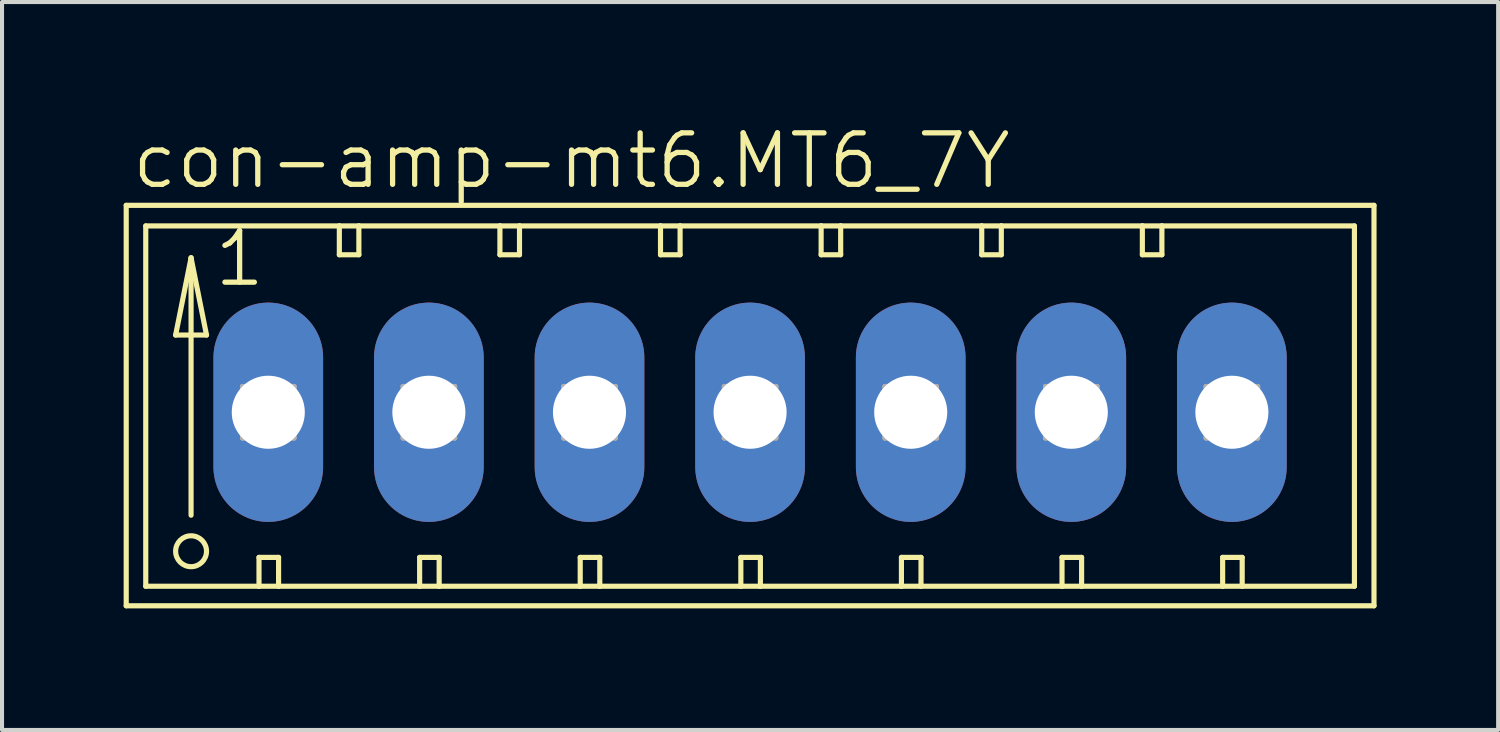
<source format=kicad_pcb>
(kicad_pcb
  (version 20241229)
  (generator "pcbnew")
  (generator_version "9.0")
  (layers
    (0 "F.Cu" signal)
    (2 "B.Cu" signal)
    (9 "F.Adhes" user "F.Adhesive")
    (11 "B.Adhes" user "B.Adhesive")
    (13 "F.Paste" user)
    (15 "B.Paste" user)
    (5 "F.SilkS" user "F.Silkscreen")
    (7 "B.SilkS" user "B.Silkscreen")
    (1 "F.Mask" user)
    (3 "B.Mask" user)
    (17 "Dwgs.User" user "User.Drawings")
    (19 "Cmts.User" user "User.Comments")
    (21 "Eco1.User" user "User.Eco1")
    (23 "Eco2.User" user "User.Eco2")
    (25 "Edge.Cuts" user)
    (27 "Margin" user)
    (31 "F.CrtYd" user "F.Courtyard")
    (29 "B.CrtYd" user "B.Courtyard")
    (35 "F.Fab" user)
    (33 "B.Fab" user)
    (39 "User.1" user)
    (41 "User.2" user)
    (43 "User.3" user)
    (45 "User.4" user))
  (footprint "con-amp-mt6.MT6_7Y"
    (layer "F.Cu")
    (at 1.029 7.121)
    (property "Reference" "con-amp-mt6.MT6_7Y" (at -0.889 -5.461 0) (layer "F.SilkS") (effects (font (size 1.27 1.27) (thickness 0.13)) (justify left bottom)))
    (attr through_hole)
    (fp_line (start -0.965 -5.105) (end -0.965 4.775) (stroke (width 0.127) (type default)) (layer "F.SilkS"))
    (fp_line (start -0.965 4.775) (end 29.82 4.775) (stroke (width 0.127) (type default)) (layer "F.SilkS"))
    (fp_line (start -0.483 -4.597) (end -0.483 4.293) (stroke (width 0.127) (type default)) (layer "F.SilkS"))
    (fp_line (start -0.483 4.293) (end 2.311 4.293) (stroke (width 0.127) (type default)) (layer "F.SilkS"))
    (fp_line (start 0.254 -1.905) (end 1.016 -1.905) (stroke (width 0.127) (type default)) (layer "F.SilkS"))
    (fp_line (start 0.635 -3.81) (end 0.254 -1.905) (stroke (width 0.127) (type default)) (layer "F.SilkS"))
    (fp_line (start 0.635 -3.81) (end 1.016 -1.905) (stroke (width 0.127) (type default)) (layer "F.SilkS"))
    (fp_line (start 0.635 2.54) (end 0.635 -3.81) (stroke (width 0.127) (type default)) (layer "F.SilkS"))
    (fp_line (start 2.311 3.581) (end 2.311 4.293) (stroke (width 0.127) (type default)) (layer "F.SilkS"))
    (fp_line (start 2.311 3.581) (end 2.794 3.581) (stroke (width 0.127) (type default)) (layer "F.SilkS"))
    (fp_line (start 2.311 4.293) (end 2.794 4.293) (stroke (width 0.127) (type default)) (layer "F.SilkS"))
    (fp_line (start 2.794 3.581) (end 2.794 4.293) (stroke (width 0.127) (type default)) (layer "F.SilkS"))
    (fp_line (start 2.794 4.293) (end 6.274 4.293) (stroke (width 0.127) (type default)) (layer "F.SilkS"))
    (fp_line (start 4.293 -4.597) (end -0.483 -4.597) (stroke (width 0.127) (type default)) (layer "F.SilkS"))
    (fp_line (start 4.293 -4.597) (end 4.293 -3.886) (stroke (width 0.127) (type default)) (layer "F.SilkS"))
    (fp_line (start 4.293 -3.886) (end 4.775 -3.886) (stroke (width 0.127) (type default)) (layer "F.SilkS"))
    (fp_line (start 4.775 -4.597) (end 4.293 -4.597) (stroke (width 0.127) (type default)) (layer "F.SilkS"))
    (fp_line (start 4.775 -3.886) (end 4.775 -4.597) (stroke (width 0.127) (type default)) (layer "F.SilkS"))
    (fp_line (start 6.274 3.581) (end 6.274 4.293) (stroke (width 0.127) (type default)) (layer "F.SilkS"))
    (fp_line (start 6.274 3.581) (end 6.756 3.581) (stroke (width 0.127) (type default)) (layer "F.SilkS"))
    (fp_line (start 6.274 4.293) (end 6.756 4.293) (stroke (width 0.127) (type default)) (layer "F.SilkS"))
    (fp_line (start 6.756 3.581) (end 6.756 4.293) (stroke (width 0.127) (type default)) (layer "F.SilkS"))
    (fp_line (start 6.756 4.293) (end 10.236 4.293) (stroke (width 0.127) (type default)) (layer "F.SilkS"))
    (fp_line (start 8.255 -4.597) (end 4.775 -4.597) (stroke (width 0.127) (type default)) (layer "F.SilkS"))
    (fp_line (start 8.255 -3.886) (end 8.255 -4.597) (stroke (width 0.127) (type default)) (layer "F.SilkS"))
    (fp_line (start 8.255 -3.886) (end 8.738 -3.886) (stroke (width 0.127) (type default)) (layer "F.SilkS"))
    (fp_line (start 8.738 -4.597) (end 8.255 -4.597) (stroke (width 0.127) (type default)) (layer "F.SilkS"))
    (fp_line (start 8.738 -3.886) (end 8.738 -4.597) (stroke (width 0.127) (type default)) (layer "F.SilkS"))
    (fp_line (start 10.236 3.581) (end 10.236 4.293) (stroke (width 0.127) (type default)) (layer "F.SilkS"))
    (fp_line (start 10.236 3.581) (end 10.719 3.581) (stroke (width 0.127) (type default)) (layer "F.SilkS"))
    (fp_line (start 10.236 4.293) (end 10.719 4.293) (stroke (width 0.127) (type default)) (layer "F.SilkS"))
    (fp_line (start 10.719 3.581) (end 10.719 4.293) (stroke (width 0.127) (type default)) (layer "F.SilkS"))
    (fp_line (start 10.719 4.293) (end 14.199 4.293) (stroke (width 0.127) (type default)) (layer "F.SilkS"))
    (fp_line (start 12.217 -4.597) (end 8.738 -4.597) (stroke (width 0.127) (type default)) (layer "F.SilkS"))
    (fp_line (start 12.217 -3.886) (end 12.217 -4.597) (stroke (width 0.127) (type default)) (layer "F.SilkS"))
    (fp_line (start 12.217 -3.886) (end 12.7 -3.886) (stroke (width 0.127) (type default)) (layer "F.SilkS"))
    (fp_line (start 12.7 -4.597) (end 12.217 -4.597) (stroke (width 0.127) (type default)) (layer "F.SilkS"))
    (fp_line (start 12.7 -3.886) (end 12.7 -4.597) (stroke (width 0.127) (type default)) (layer "F.SilkS"))
    (fp_line (start 14.199 3.581) (end 14.199 4.293) (stroke (width 0.127) (type default)) (layer "F.SilkS"))
    (fp_line (start 14.199 3.581) (end 14.681 3.581) (stroke (width 0.127) (type default)) (layer "F.SilkS"))
    (fp_line (start 14.199 4.293) (end 14.681 4.293) (stroke (width 0.127) (type default)) (layer "F.SilkS"))
    (fp_line (start 14.681 3.581) (end 14.681 4.293) (stroke (width 0.127) (type default)) (layer "F.SilkS"))
    (fp_line (start 14.681 4.293) (end 18.161 4.293) (stroke (width 0.127) (type default)) (layer "F.SilkS"))
    (fp_line (start 16.18 -4.597) (end 12.7 -4.597) (stroke (width 0.127) (type default)) (layer "F.SilkS"))
    (fp_line (start 16.18 -3.886) (end 16.18 -4.597) (stroke (width 0.127) (type default)) (layer "F.SilkS"))
    (fp_line (start 16.18 -3.886) (end 16.662 -3.886) (stroke (width 0.127) (type default)) (layer "F.SilkS"))
    (fp_line (start 16.662 -4.597) (end 16.18 -4.597) (stroke (width 0.127) (type default)) (layer "F.SilkS"))
    (fp_line (start 16.662 -3.886) (end 16.662 -4.597) (stroke (width 0.127) (type default)) (layer "F.SilkS"))
    (fp_line (start 18.161 3.581) (end 18.161 4.293) (stroke (width 0.127) (type default)) (layer "F.SilkS"))
    (fp_line (start 18.161 3.581) (end 18.644 3.581) (stroke (width 0.127) (type default)) (layer "F.SilkS"))
    (fp_line (start 18.161 4.293) (end 18.644 4.293) (stroke (width 0.127) (type default)) (layer "F.SilkS"))
    (fp_line (start 18.644 3.581) (end 18.644 4.293) (stroke (width 0.127) (type default)) (layer "F.SilkS"))
    (fp_line (start 18.644 4.293) (end 22.123 4.293) (stroke (width 0.127) (type default)) (layer "F.SilkS"))
    (fp_line (start 20.142 -4.597) (end 16.662 -4.597) (stroke (width 0.127) (type default)) (layer "F.SilkS"))
    (fp_line (start 20.142 -3.886) (end 20.142 -4.597) (stroke (width 0.127) (type default)) (layer "F.SilkS"))
    (fp_line (start 20.142 -3.886) (end 20.625 -3.886) (stroke (width 0.127) (type default)) (layer "F.SilkS"))
    (fp_line (start 20.625 -4.597) (end 20.142 -4.597) (stroke (width 0.127) (type default)) (layer "F.SilkS"))
    (fp_line (start 20.625 -3.886) (end 20.625 -4.597) (stroke (width 0.127) (type default)) (layer "F.SilkS"))
    (fp_line (start 22.123 3.581) (end 22.123 4.293) (stroke (width 0.127) (type default)) (layer "F.SilkS"))
    (fp_line (start 22.123 3.581) (end 22.606 3.581) (stroke (width 0.127) (type default)) (layer "F.SilkS"))
    (fp_line (start 22.123 4.293) (end 22.606 4.293) (stroke (width 0.127) (type default)) (layer "F.SilkS"))
    (fp_line (start 22.606 3.581) (end 22.606 4.293) (stroke (width 0.127) (type default)) (layer "F.SilkS"))
    (fp_line (start 22.606 4.293) (end 26.086 4.293) (stroke (width 0.127) (type default)) (layer "F.SilkS"))
    (fp_line (start 24.105 -4.597) (end 20.625 -4.597) (stroke (width 0.127) (type default)) (layer "F.SilkS"))
    (fp_line (start 24.105 -3.886) (end 24.105 -4.597) (stroke (width 0.127) (type default)) (layer "F.SilkS"))
    (fp_line (start 24.105 -3.886) (end 24.587 -3.886) (stroke (width 0.127) (type default)) (layer "F.SilkS"))
    (fp_line (start 24.587 -4.597) (end 24.105 -4.597) (stroke (width 0.127) (type default)) (layer "F.SilkS"))
    (fp_line (start 24.587 -3.886) (end 24.587 -4.597) (stroke (width 0.127) (type default)) (layer "F.SilkS"))
    (fp_line (start 26.086 3.581) (end 26.086 4.293) (stroke (width 0.127) (type default)) (layer "F.SilkS"))
    (fp_line (start 26.086 3.581) (end 26.568 3.581) (stroke (width 0.127) (type default)) (layer "F.SilkS"))
    (fp_line (start 26.086 4.293) (end 26.568 4.293) (stroke (width 0.127) (type default)) (layer "F.SilkS"))
    (fp_line (start 26.568 3.581) (end 26.568 4.293) (stroke (width 0.127) (type default)) (layer "F.SilkS"))
    (fp_line (start 26.568 4.293) (end 29.337 4.293) (stroke (width 0.127) (type default)) (layer "F.SilkS"))
    (fp_line (start 29.337 -4.597) (end 24.587 -4.597) (stroke (width 0.127) (type default)) (layer "F.SilkS"))
    (fp_line (start 29.337 4.293) (end 29.337 -4.597) (stroke (width 0.127) (type default)) (layer "F.SilkS"))
    (fp_line (start 29.82 -5.105) (end -0.965 -5.105) (stroke (width 0.127) (type default)) (layer "F.SilkS"))
    (fp_line (start 29.82 4.775) (end 29.82 -5.105) (stroke (width 0.127) (type default)) (layer "F.SilkS"))
    (fp_circle (center 0.635 3.429) (end 1.016 3.429) (stroke (width 0.127) (type default)) (fill no) (layer "F.SilkS"))
    (fp_line (start 1.905 -0.635) (end 1.905 0.635) (stroke (width 0.127) (type default)) (layer "F.Fab"))
    (fp_line (start 1.905 -0.635) (end 3.175 0.635) (stroke (width 0.127) (type default)) (layer "F.Fab"))
    (fp_line (start 1.905 0.635) (end 3.175 0.635) (stroke (width 0.127) (type default)) (layer "F.Fab"))
    (fp_line (start 3.175 -0.635) (end 1.905 -0.635) (stroke (width 0.127) (type default)) (layer "F.Fab"))
    (fp_line (start 3.175 -0.635) (end 1.905 0.635) (stroke (width 0.127) (type default)) (layer "F.Fab"))
    (fp_line (start 3.175 0.635) (end 3.175 -0.635) (stroke (width 0.127) (type default)) (layer "F.Fab"))
    (fp_line (start 5.867 -0.635) (end 5.867 0.635) (stroke (width 0.127) (type default)) (layer "F.Fab"))
    (fp_line (start 5.867 -0.635) (end 7.137 0.635) (stroke (width 0.127) (type default)) (layer "F.Fab"))
    (fp_line (start 5.867 0.635) (end 7.137 0.635) (stroke (width 0.127) (type default)) (layer "F.Fab"))
    (fp_line (start 7.137 -0.635) (end 5.867 -0.635) (stroke (width 0.127) (type default)) (layer "F.Fab"))
    (fp_line (start 7.137 -0.635) (end 5.867 0.635) (stroke (width 0.127) (type default)) (layer "F.Fab"))
    (fp_line (start 7.137 0.635) (end 7.137 -0.635) (stroke (width 0.127) (type default)) (layer "F.Fab"))
    (fp_line (start 9.83 -0.635) (end 9.83 0.635) (stroke (width 0.127) (type default)) (layer "F.Fab"))
    (fp_line (start 9.83 -0.635) (end 11.1 0.635) (stroke (width 0.127) (type default)) (layer "F.Fab"))
    (fp_line (start 9.83 0.635) (end 11.1 0.635) (stroke (width 0.127) (type default)) (layer "F.Fab"))
    (fp_line (start 11.1 -0.635) (end 9.83 -0.635) (stroke (width 0.127) (type default)) (layer "F.Fab"))
    (fp_line (start 11.1 -0.635) (end 9.83 0.635) (stroke (width 0.127) (type default)) (layer "F.Fab"))
    (fp_line (start 11.1 0.635) (end 11.1 -0.635) (stroke (width 0.127) (type default)) (layer "F.Fab"))
    (fp_line (start 13.792 -0.635) (end 13.792 0.635) (stroke (width 0.127) (type default)) (layer "F.Fab"))
    (fp_line (start 13.792 -0.635) (end 15.062 0.635) (stroke (width 0.127) (type default)) (layer "F.Fab"))
    (fp_line (start 13.792 0.635) (end 15.062 0.635) (stroke (width 0.127) (type default)) (layer "F.Fab"))
    (fp_line (start 15.062 -0.635) (end 13.792 -0.635) (stroke (width 0.127) (type default)) (layer "F.Fab"))
    (fp_line (start 15.062 -0.635) (end 13.792 0.635) (stroke (width 0.127) (type default)) (layer "F.Fab"))
    (fp_line (start 15.062 0.635) (end 15.062 -0.635) (stroke (width 0.127) (type default)) (layer "F.Fab"))
    (fp_line (start 17.755 -0.635) (end 17.755 0.635) (stroke (width 0.127) (type default)) (layer "F.Fab"))
    (fp_line (start 17.755 -0.635) (end 19.025 0.635) (stroke (width 0.127) (type default)) (layer "F.Fab"))
    (fp_line (start 17.755 0.635) (end 19.025 0.635) (stroke (width 0.127) (type default)) (layer "F.Fab"))
    (fp_line (start 19.025 -0.635) (end 17.755 -0.635) (stroke (width 0.127) (type default)) (layer "F.Fab"))
    (fp_line (start 19.025 -0.635) (end 17.755 0.635) (stroke (width 0.127) (type default)) (layer "F.Fab"))
    (fp_line (start 19.025 0.635) (end 19.025 -0.635) (stroke (width 0.127) (type default)) (layer "F.Fab"))
    (fp_line (start 21.717 -0.635) (end 21.717 0.635) (stroke (width 0.127) (type default)) (layer "F.Fab"))
    (fp_line (start 21.717 -0.635) (end 22.987 0.635) (stroke (width 0.127) (type default)) (layer "F.Fab"))
    (fp_line (start 21.717 0.635) (end 22.987 0.635) (stroke (width 0.127) (type default)) (layer "F.Fab"))
    (fp_line (start 22.987 -0.635) (end 21.717 -0.635) (stroke (width 0.127) (type default)) (layer "F.Fab"))
    (fp_line (start 22.987 -0.635) (end 21.717 0.635) (stroke (width 0.127) (type default)) (layer "F.Fab"))
    (fp_line (start 22.987 0.635) (end 22.987 -0.635) (stroke (width 0.127) (type default)) (layer "F.Fab"))
    (fp_line (start 25.679 -0.635) (end 25.679 0.635) (stroke (width 0.127) (type default)) (layer "F.Fab"))
    (fp_line (start 25.679 -0.635) (end 26.949 0.635) (stroke (width 0.127) (type default)) (layer "F.Fab"))
    (fp_line (start 25.679 0.635) (end 26.949 0.635) (stroke (width 0.127) (type default)) (layer "F.Fab"))
    (fp_line (start 26.949 -0.635) (end 25.679 -0.635) (stroke (width 0.127) (type default)) (layer "F.Fab"))
    (fp_line (start 26.949 -0.635) (end 25.679 0.635) (stroke (width 0.127) (type default)) (layer "F.Fab"))
    (fp_line (start 26.949 0.635) (end 26.949 -0.635) (stroke (width 0.127) (type default)) (layer "F.Fab"))
    (fp_text user "1" (at 1.143 -3.048 0) (layer "F.SilkS") (effects (font (size 1.27 1.27) (thickness 0.13)) (justify left bottom)))
    (pad "1" thru_hole oval (at 2.54 0 90) (size 5.41 2.705) (drill 1.803) (layers "*.Cu" "*.Mask"))
    (pad "2" thru_hole oval (at 6.502 0 90) (size 5.41 2.705) (drill 1.803) (layers "*.Cu" "*.Mask"))
    (pad "3" thru_hole oval (at 10.465 0 90) (size 5.41 2.705) (drill 1.803) (layers "*.Cu" "*.Mask"))
    (pad "4" thru_hole oval (at 14.427 0 90) (size 5.41 2.705) (drill 1.803) (layers "*.Cu" "*.Mask"))
    (pad "5" thru_hole oval (at 18.39 0 90) (size 5.41 2.705) (drill 1.803) (layers "*.Cu" "*.Mask"))
    (pad "6" thru_hole oval (at 22.352 0 90) (size 5.41 2.705) (drill 1.803) (layers "*.Cu" "*.Mask"))
    (pad "7" thru_hole oval (at 26.314 0 90) (size 5.41 2.705) (drill 1.803) (layers "*.Cu" "*.Mask")))
  (gr_rect
    (start -3 -3)
    (end 33.912 14.96)
    (stroke (width 0.1) (type default))
    (fill no)
    (layer "Edge.Cuts")))
</source>
